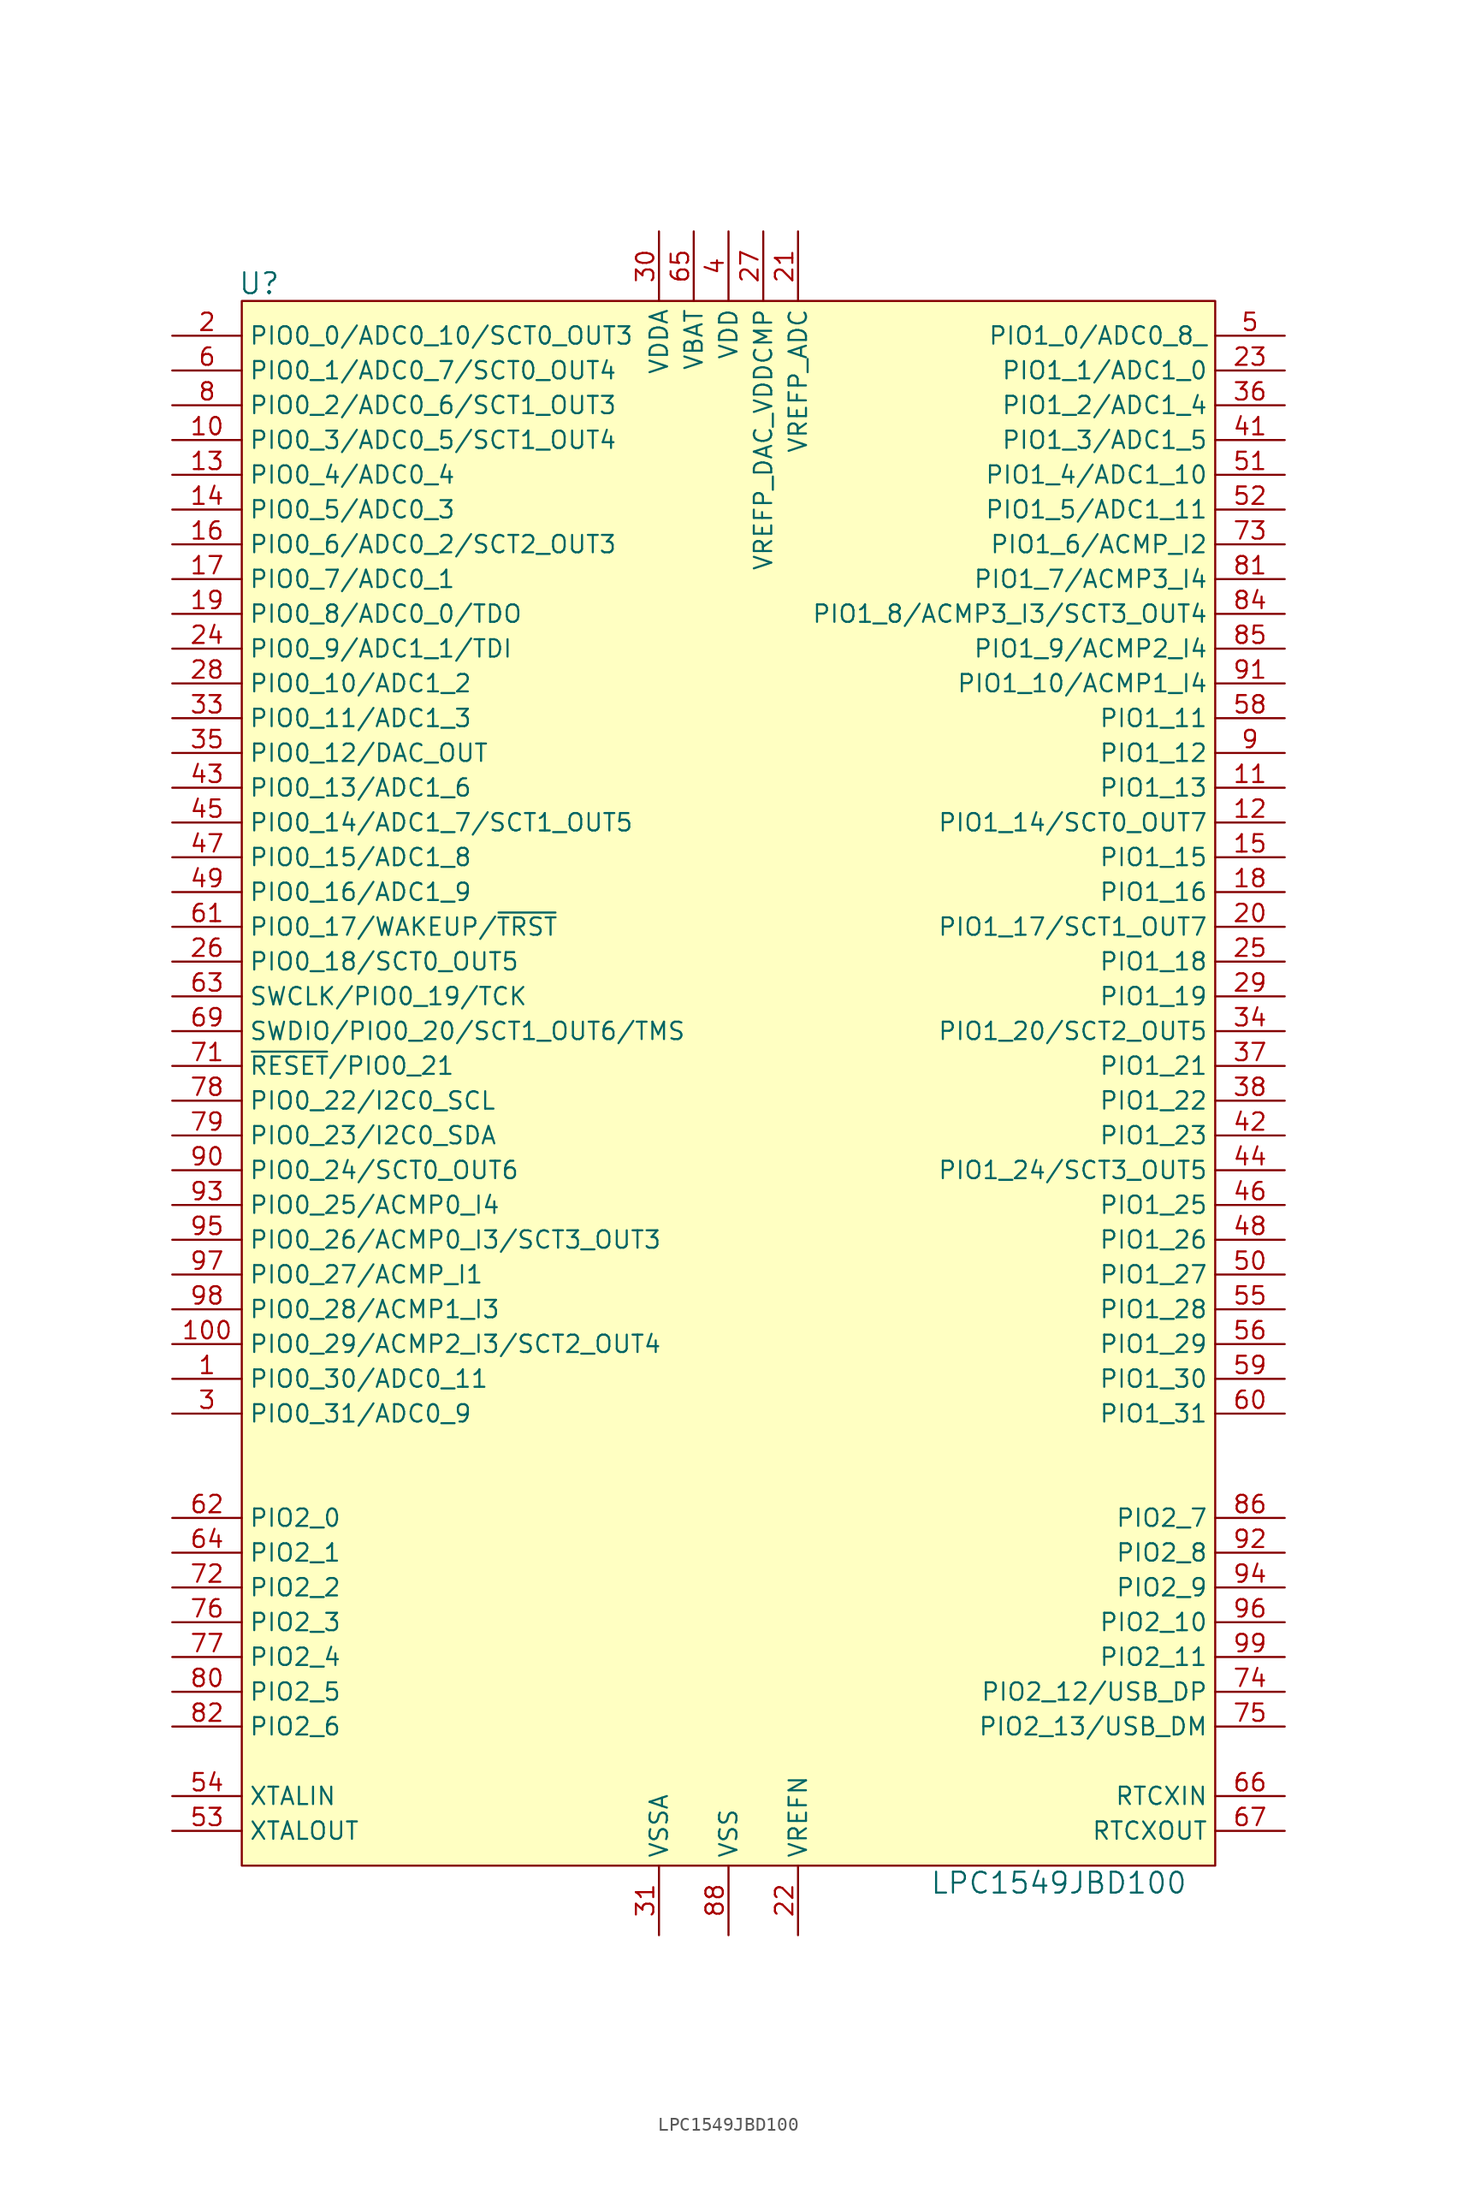
<source format=kicad_sym>
(kicad_symbol_lib
  (version 20211014)
  (generator kicad_symbol_editor)
  (symbol "LPC1549JBD100"
    (property "Reference" "U"
      (at -34.29 58.42 0)
      (effects (font (size 1.524 1.524))))
    (property "Value" "LPC1549JBD100"
      (at 24.13 -58.42 0)
      (effects (font (size 1.524 1.524))))
    (symbol "LPC1549JBD100_0_1"
      (rectangle (start -35.56 -57.15) (end 35.56 57.15) (stroke (width 0) (type default) (color 0 0 0 0)) (fill (type background))))
    (symbol "LPC1549JBD100_1_1"
      (pin bidirectional line (at -40.64 -21.59 0) (length 5.08) (name "PIO0_30/ADC0_11" (effects (font (size 1.27 1.27)))) (number "1" (effects (font (size 1.27 1.27)))))
      (pin bidirectional line (at -40.64 46.99 0) (length 5.08) (name "PIO0_3/ADC0_5/SCT1_OUT4" (effects (font (size 1.27 1.27)))) (number "10" (effects (font (size 1.27 1.27)))))
      (pin bidirectional line (at -40.64 -19.05 0) (length 5.08) (name "PIO0_29/ACMP2_I3/SCT2_OUT4" (effects (font (size 1.27 1.27)))) (number "100" (effects (font (size 1.27 1.27)))))
      (pin bidirectional line (at 40.64 21.59 180) (length 5.08) (name "PIO1_13" (effects (font (size 1.27 1.27)))) (number "11" (effects (font (size 1.27 1.27)))))
      (pin bidirectional line (at 40.64 19.05 180) (length 5.08) (name "PIO1_14/SCT0_OUT7" (effects (font (size 1.27 1.27)))) (number "12" (effects (font (size 1.27 1.27)))))
      (pin bidirectional line (at -40.64 44.45 0) (length 5.08) (name "PIO0_4/ADC0_4" (effects (font (size 1.27 1.27)))) (number "13" (effects (font (size 1.27 1.27)))))
      (pin bidirectional line (at -40.64 41.91 0) (length 5.08) (name "PIO0_5/ADC0_3" (effects (font (size 1.27 1.27)))) (number "14" (effects (font (size 1.27 1.27)))))
      (pin bidirectional line (at 40.64 16.51 180) (length 5.08) (name "PIO1_15" (effects (font (size 1.27 1.27)))) (number "15" (effects (font (size 1.27 1.27)))))
      (pin bidirectional line (at -40.64 39.37 0) (length 5.08) (name "PIO0_6/ADC0_2/SCT2_OUT3" (effects (font (size 1.27 1.27)))) (number "16" (effects (font (size 1.27 1.27)))))
      (pin bidirectional line (at -40.64 36.83 0) (length 5.08) (name "PIO0_7/ADC0_1" (effects (font (size 1.27 1.27)))) (number "17" (effects (font (size 1.27 1.27)))))
      (pin bidirectional line (at 40.64 13.97 180) (length 5.08) (name "PIO1_16" (effects (font (size 1.27 1.27)))) (number "18" (effects (font (size 1.27 1.27)))))
      (pin bidirectional line (at -40.64 34.29 0) (length 5.08) (name "PIO0_8/ADC0_0/TDO" (effects (font (size 1.27 1.27)))) (number "19" (effects (font (size 1.27 1.27)))))
      (pin bidirectional line (at -40.64 54.61 0) (length 5.08) (name "PIO0_0/ADC0_10/SCT0_OUT3" (effects (font (size 1.27 1.27)))) (number "2" (effects (font (size 1.27 1.27)))))
      (pin bidirectional line (at 40.64 11.43 180) (length 5.08) (name "PIO1_17/SCT1_OUT7" (effects (font (size 1.27 1.27)))) (number "20" (effects (font (size 1.27 1.27)))))
      (pin power_in line (at 5.08 62.23 270) (length 5.08) (name "VREFP_ADC" (effects (font (size 1.27 1.27)))) (number "21" (effects (font (size 1.27 1.27)))))
      (pin power_in line (at 5.08 -62.23 90) (length 5.08) (name "VREFN" (effects (font (size 1.27 1.27)))) (number "22" (effects (font (size 1.27 1.27)))))
      (pin bidirectional line (at 40.64 52.07 180) (length 5.08) (name "PIO1_1/ADC1_0" (effects (font (size 1.27 1.27)))) (number "23" (effects (font (size 1.27 1.27)))))
      (pin bidirectional line (at -40.64 31.75 0) (length 5.08) (name "PIO0_9/ADC1_1/TDI" (effects (font (size 1.27 1.27)))) (number "24" (effects (font (size 1.27 1.27)))))
      (pin bidirectional line (at 40.64 8.89 180) (length 5.08) (name "PIO1_18" (effects (font (size 1.27 1.27)))) (number "25" (effects (font (size 1.27 1.27)))))
      (pin bidirectional line (at -40.64 8.89 0) (length 5.08) (name "PIO0_18/SCT0_OUT5" (effects (font (size 1.27 1.27)))) (number "26" (effects (font (size 1.27 1.27)))))
      (pin power_in line (at 2.54 62.23 270) (length 5.08) (name "VREFP_DAC_VDDCMP" (effects (font (size 1.27 1.27)))) (number "27" (effects (font (size 1.27 1.27)))))
      (pin bidirectional line (at -40.64 29.21 0) (length 5.08) (name "PIO0_10/ADC1_2" (effects (font (size 1.27 1.27)))) (number "28" (effects (font (size 1.27 1.27)))))
      (pin bidirectional line (at 40.64 6.35 180) (length 5.08) (name "PIO1_19" (effects (font (size 1.27 1.27)))) (number "29" (effects (font (size 1.27 1.27)))))
      (pin bidirectional line (at -40.64 -24.13 0) (length 5.08) (name "PIO0_31/ADC0_9" (effects (font (size 1.27 1.27)))) (number "3" (effects (font (size 1.27 1.27)))))
      (pin power_in line (at -5.08 62.23 270) (length 5.08) (name "VDDA" (effects (font (size 1.27 1.27)))) (number "30" (effects (font (size 1.27 1.27)))))
      (pin power_in line (at -5.08 -62.23 90) (length 5.08) (name "VSSA" (effects (font (size 1.27 1.27)))) (number "31" (effects (font (size 1.27 1.27)))))
      (pin passive line (at 0 62.23 270) (length 5.08) hide (name "VDD" (effects (font (size 1.27 1.27)))) (number "32" (effects (font (size 1.27 1.27)))))
      (pin bidirectional line (at -40.64 26.67 0) (length 5.08) (name "PIO0_11/ADC1_3" (effects (font (size 1.27 1.27)))) (number "33" (effects (font (size 1.27 1.27)))))
      (pin bidirectional line (at 40.64 3.81 180) (length 5.08) (name "PIO1_20/SCT2_OUT5" (effects (font (size 1.27 1.27)))) (number "34" (effects (font (size 1.27 1.27)))))
      (pin bidirectional line (at -40.64 24.13 0) (length 5.08) (name "PIO0_12/DAC_OUT" (effects (font (size 1.27 1.27)))) (number "35" (effects (font (size 1.27 1.27)))))
      (pin bidirectional line (at 40.64 49.53 180) (length 5.08) (name "PIO1_2/ADC1_4" (effects (font (size 1.27 1.27)))) (number "36" (effects (font (size 1.27 1.27)))))
      (pin bidirectional line (at 40.64 1.27 180) (length 5.08) (name "PIO1_21" (effects (font (size 1.27 1.27)))) (number "37" (effects (font (size 1.27 1.27)))))
      (pin bidirectional line (at 40.64 -1.27 180) (length 5.08) (name "PIO1_22" (effects (font (size 1.27 1.27)))) (number "38" (effects (font (size 1.27 1.27)))))
      (pin passive line (at 0 -62.23 90) (length 5.08) hide (name "VSS" (effects (font (size 1.27 1.27)))) (number "39" (effects (font (size 1.27 1.27)))))
      (pin power_in line (at 0 62.23 270) (length 5.08) (name "VDD" (effects (font (size 1.27 1.27)))) (number "4" (effects (font (size 1.27 1.27)))))
      (pin passive line (at 0 -62.23 90) (length 5.08) hide (name "VSS" (effects (font (size 1.27 1.27)))) (number "40" (effects (font (size 1.27 1.27)))))
      (pin bidirectional line (at 40.64 46.99 180) (length 5.08) (name "PIO1_3/ADC1_5" (effects (font (size 1.27 1.27)))) (number "41" (effects (font (size 1.27 1.27)))))
      (pin bidirectional line (at 40.64 -3.81 180) (length 5.08) (name "PIO1_23" (effects (font (size 1.27 1.27)))) (number "42" (effects (font (size 1.27 1.27)))))
      (pin bidirectional line (at -40.64 21.59 0) (length 5.08) (name "PIO0_13/ADC1_6" (effects (font (size 1.27 1.27)))) (number "43" (effects (font (size 1.27 1.27)))))
      (pin bidirectional line (at 40.64 -6.35 180) (length 5.08) (name "PIO1_24/SCT3_OUT5" (effects (font (size 1.27 1.27)))) (number "44" (effects (font (size 1.27 1.27)))))
      (pin bidirectional line (at -40.64 19.05 0) (length 5.08) (name "PIO0_14/ADC1_7/SCT1_OUT5" (effects (font (size 1.27 1.27)))) (number "45" (effects (font (size 1.27 1.27)))))
      (pin bidirectional line (at 40.64 -8.89 180) (length 5.08) (name "PIO1_25" (effects (font (size 1.27 1.27)))) (number "46" (effects (font (size 1.27 1.27)))))
      (pin bidirectional line (at -40.64 16.51 0) (length 5.08) (name "PIO0_15/ADC1_8" (effects (font (size 1.27 1.27)))) (number "47" (effects (font (size 1.27 1.27)))))
      (pin bidirectional line (at 40.64 -11.43 180) (length 5.08) (name "PIO1_26" (effects (font (size 1.27 1.27)))) (number "48" (effects (font (size 1.27 1.27)))))
      (pin bidirectional line (at -40.64 13.97 0) (length 5.08) (name "PIO0_16/ADC1_9" (effects (font (size 1.27 1.27)))) (number "49" (effects (font (size 1.27 1.27)))))
      (pin bidirectional line (at 40.64 54.61 180) (length 5.08) (name "PIO1_0/ADC0_8_" (effects (font (size 1.27 1.27)))) (number "5" (effects (font (size 1.27 1.27)))))
      (pin bidirectional line (at 40.64 -13.97 180) (length 5.08) (name "PIO1_27" (effects (font (size 1.27 1.27)))) (number "50" (effects (font (size 1.27 1.27)))))
      (pin bidirectional line (at 40.64 44.45 180) (length 5.08) (name "PIO1_4/ADC1_10" (effects (font (size 1.27 1.27)))) (number "51" (effects (font (size 1.27 1.27)))))
      (pin bidirectional line (at 40.64 41.91 180) (length 5.08) (name "PIO1_5/ADC1_11" (effects (font (size 1.27 1.27)))) (number "52" (effects (font (size 1.27 1.27)))))
      (pin bidirectional line (at -40.64 -54.61 0) (length 5.08) (name "XTALOUT" (effects (font (size 1.27 1.27)))) (number "53" (effects (font (size 1.27 1.27)))))
      (pin bidirectional line (at -40.64 -52.07 0) (length 5.08) (name "XTALIN" (effects (font (size 1.27 1.27)))) (number "54" (effects (font (size 1.27 1.27)))))
      (pin bidirectional line (at 40.64 -16.51 180) (length 5.08) (name "PIO1_28" (effects (font (size 1.27 1.27)))) (number "55" (effects (font (size 1.27 1.27)))))
      (pin bidirectional line (at 40.64 -19.05 180) (length 5.08) (name "PIO1_29" (effects (font (size 1.27 1.27)))) (number "56" (effects (font (size 1.27 1.27)))))
      (pin passive line (at 0 62.23 270) (length 5.08) hide (name "VDD" (effects (font (size 1.27 1.27)))) (number "57" (effects (font (size 1.27 1.27)))))
      (pin bidirectional line (at 40.64 26.67 180) (length 5.08) (name "PIO1_11" (effects (font (size 1.27 1.27)))) (number "58" (effects (font (size 1.27 1.27)))))
      (pin bidirectional line (at 40.64 -21.59 180) (length 5.08) (name "PIO1_30" (effects (font (size 1.27 1.27)))) (number "59" (effects (font (size 1.27 1.27)))))
      (pin bidirectional line (at -40.64 52.07 0) (length 5.08) (name "PIO0_1/ADC0_7/SCT0_OUT4" (effects (font (size 1.27 1.27)))) (number "6" (effects (font (size 1.27 1.27)))))
      (pin bidirectional line (at 40.64 -24.13 180) (length 5.08) (name "PIO1_31" (effects (font (size 1.27 1.27)))) (number "60" (effects (font (size 1.27 1.27)))))
      (pin bidirectional line (at -40.64 11.43 0) (length 5.08) (name "PIO0_17/WAKEUP/~{TRST}" (effects (font (size 1.27 1.27)))) (number "61" (effects (font (size 1.27 1.27)))))
      (pin bidirectional line (at -40.64 -31.75 0) (length 5.08) (name "PIO2_0" (effects (font (size 1.27 1.27)))) (number "62" (effects (font (size 1.27 1.27)))))
      (pin bidirectional line (at -40.64 6.35 0) (length 5.08) (name "SWCLK/PIO0_19/TCK" (effects (font (size 1.27 1.27)))) (number "63" (effects (font (size 1.27 1.27)))))
      (pin bidirectional line (at -40.64 -34.29 0) (length 5.08) (name "PIO2_1" (effects (font (size 1.27 1.27)))) (number "64" (effects (font (size 1.27 1.27)))))
      (pin power_in line (at -2.54 62.23 270) (length 5.08) (name "VBAT" (effects (font (size 1.27 1.27)))) (number "65" (effects (font (size 1.27 1.27)))))
      (pin input line (at 40.64 -52.07 180) (length 5.08) (name "RTCXIN" (effects (font (size 1.27 1.27)))) (number "66" (effects (font (size 1.27 1.27)))))
      (pin output line (at 40.64 -54.61 180) (length 5.08) (name "RTCXOUT" (effects (font (size 1.27 1.27)))) (number "67" (effects (font (size 1.27 1.27)))))
      (pin passive line (at 0 -62.23 90) (length 5.08) hide (name "VSS" (effects (font (size 1.27 1.27)))) (number "68" (effects (font (size 1.27 1.27)))))
      (pin bidirectional line (at -40.64 3.81 0) (length 5.08) (name "SWDIO/PIO0_20/SCT1_OUT6/TMS" (effects (font (size 1.27 1.27)))) (number "69" (effects (font (size 1.27 1.27)))))
      (pin passive line (at 0 -62.23 90) (length 5.08) hide (name "VSS" (effects (font (size 1.27 1.27)))) (number "7" (effects (font (size 1.27 1.27)))))
      (pin passive line (at 0 62.23 270) (length 5.08) hide (name "VDD" (effects (font (size 1.27 1.27)))) (number "70" (effects (font (size 1.27 1.27)))))
      (pin bidirectional line (at -40.64 1.27 0) (length 5.08) (name "~{RESET}/PIO0_21" (effects (font (size 1.27 1.27)))) (number "71" (effects (font (size 1.27 1.27)))))
      (pin bidirectional line (at -40.64 -36.83 0) (length 5.08) (name "PIO2_2" (effects (font (size 1.27 1.27)))) (number "72" (effects (font (size 1.27 1.27)))))
      (pin bidirectional line (at 40.64 39.37 180) (length 5.08) (name "PIO1_6/ACMP_I2" (effects (font (size 1.27 1.27)))) (number "73" (effects (font (size 1.27 1.27)))))
      (pin bidirectional line (at 40.64 -44.45 180) (length 5.08) (name "PIO2_12/USB_DP" (effects (font (size 1.27 1.27)))) (number "74" (effects (font (size 1.27 1.27)))))
      (pin bidirectional line (at 40.64 -46.99 180) (length 5.08) (name "PIO2_13/USB_DM" (effects (font (size 1.27 1.27)))) (number "75" (effects (font (size 1.27 1.27)))))
      (pin bidirectional line (at -40.64 -39.37 0) (length 5.08) (name "PIO2_3" (effects (font (size 1.27 1.27)))) (number "76" (effects (font (size 1.27 1.27)))))
      (pin bidirectional line (at -40.64 -41.91 0) (length 5.08) (name "PIO2_4" (effects (font (size 1.27 1.27)))) (number "77" (effects (font (size 1.27 1.27)))))
      (pin bidirectional line (at -40.64 -1.27 0) (length 5.08) (name "PIO0_22/I2C0_SCL" (effects (font (size 1.27 1.27)))) (number "78" (effects (font (size 1.27 1.27)))))
      (pin bidirectional line (at -40.64 -3.81 0) (length 5.08) (name "PIO0_23/I2C0_SDA" (effects (font (size 1.27 1.27)))) (number "79" (effects (font (size 1.27 1.27)))))
      (pin bidirectional line (at -40.64 49.53 0) (length 5.08) (name "PIO0_2/ADC0_6/SCT1_OUT3" (effects (font (size 1.27 1.27)))) (number "8" (effects (font (size 1.27 1.27)))))
      (pin bidirectional line (at -40.64 -44.45 0) (length 5.08) (name "PIO2_5" (effects (font (size 1.27 1.27)))) (number "80" (effects (font (size 1.27 1.27)))))
      (pin bidirectional line (at 40.64 36.83 180) (length 5.08) (name "PIO1_7/ACMP3_I4" (effects (font (size 1.27 1.27)))) (number "81" (effects (font (size 1.27 1.27)))))
      (pin bidirectional line (at -40.64 -46.99 0) (length 5.08) (name "PIO2_6" (effects (font (size 1.27 1.27)))) (number "82" (effects (font (size 1.27 1.27)))))
      (pin passive line (at 0 62.23 270) (length 5.08) hide (name "VDD" (effects (font (size 1.27 1.27)))) (number "83" (effects (font (size 1.27 1.27)))))
      (pin bidirectional line (at 40.64 34.29 180) (length 5.08) (name "PIO1_8/ACMP3_I3/SCT3_OUT4" (effects (font (size 1.27 1.27)))) (number "84" (effects (font (size 1.27 1.27)))))
      (pin bidirectional line (at 40.64 31.75 180) (length 5.08) (name "PIO1_9/ACMP2_I4" (effects (font (size 1.27 1.27)))) (number "85" (effects (font (size 1.27 1.27)))))
      (pin bidirectional line (at 40.64 -31.75 180) (length 5.08) (name "PIO2_7" (effects (font (size 1.27 1.27)))) (number "86" (effects (font (size 1.27 1.27)))))
      (pin passive line (at 0 -62.23 90) (length 5.08) hide (name "VSS" (effects (font (size 1.27 1.27)))) (number "87" (effects (font (size 1.27 1.27)))))
      (pin power_in line (at 0 -62.23 90) (length 5.08) (name "VSS" (effects (font (size 1.27 1.27)))) (number "88" (effects (font (size 1.27 1.27)))))
      (pin passive line (at 0 62.23 270) (length 5.08) hide (name "VDD" (effects (font (size 1.27 1.27)))) (number "89" (effects (font (size 1.27 1.27)))))
      (pin bidirectional line (at 40.64 24.13 180) (length 5.08) (name "PIO1_12" (effects (font (size 1.27 1.27)))) (number "9" (effects (font (size 1.27 1.27)))))
      (pin bidirectional line (at -40.64 -6.35 0) (length 5.08) (name "PIO0_24/SCT0_OUT6" (effects (font (size 1.27 1.27)))) (number "90" (effects (font (size 1.27 1.27)))))
      (pin bidirectional line (at 40.64 29.21 180) (length 5.08) (name "PIO1_10/ACMP1_I4" (effects (font (size 1.27 1.27)))) (number "91" (effects (font (size 1.27 1.27)))))
      (pin bidirectional line (at 40.64 -34.29 180) (length 5.08) (name "PIO2_8" (effects (font (size 1.27 1.27)))) (number "92" (effects (font (size 1.27 1.27)))))
      (pin bidirectional line (at -40.64 -8.89 0) (length 5.08) (name "PIO0_25/ACMP0_I4" (effects (font (size 1.27 1.27)))) (number "93" (effects (font (size 1.27 1.27)))))
      (pin bidirectional line (at 40.64 -36.83 180) (length 5.08) (name "PIO2_9" (effects (font (size 1.27 1.27)))) (number "94" (effects (font (size 1.27 1.27)))))
      (pin bidirectional line (at -40.64 -11.43 0) (length 5.08) (name "PIO0_26/ACMP0_I3/SCT3_OUT3" (effects (font (size 1.27 1.27)))) (number "95" (effects (font (size 1.27 1.27)))))
      (pin bidirectional line (at 40.64 -39.37 180) (length 5.08) (name "PIO2_10" (effects (font (size 1.27 1.27)))) (number "96" (effects (font (size 1.27 1.27)))))
      (pin bidirectional line (at -40.64 -13.97 0) (length 5.08) (name "PIO0_27/ACMP_I1" (effects (font (size 1.27 1.27)))) (number "97" (effects (font (size 1.27 1.27)))))
      (pin bidirectional line (at -40.64 -16.51 0) (length 5.08) (name "PIO0_28/ACMP1_I3" (effects (font (size 1.27 1.27)))) (number "98" (effects (font (size 1.27 1.27)))))
      (pin bidirectional line (at 40.64 -41.91 180) (length 5.08) (name "PIO2_11" (effects (font (size 1.27 1.27)))) (number "99" (effects (font (size 1.27 1.27))))))))
</source>
